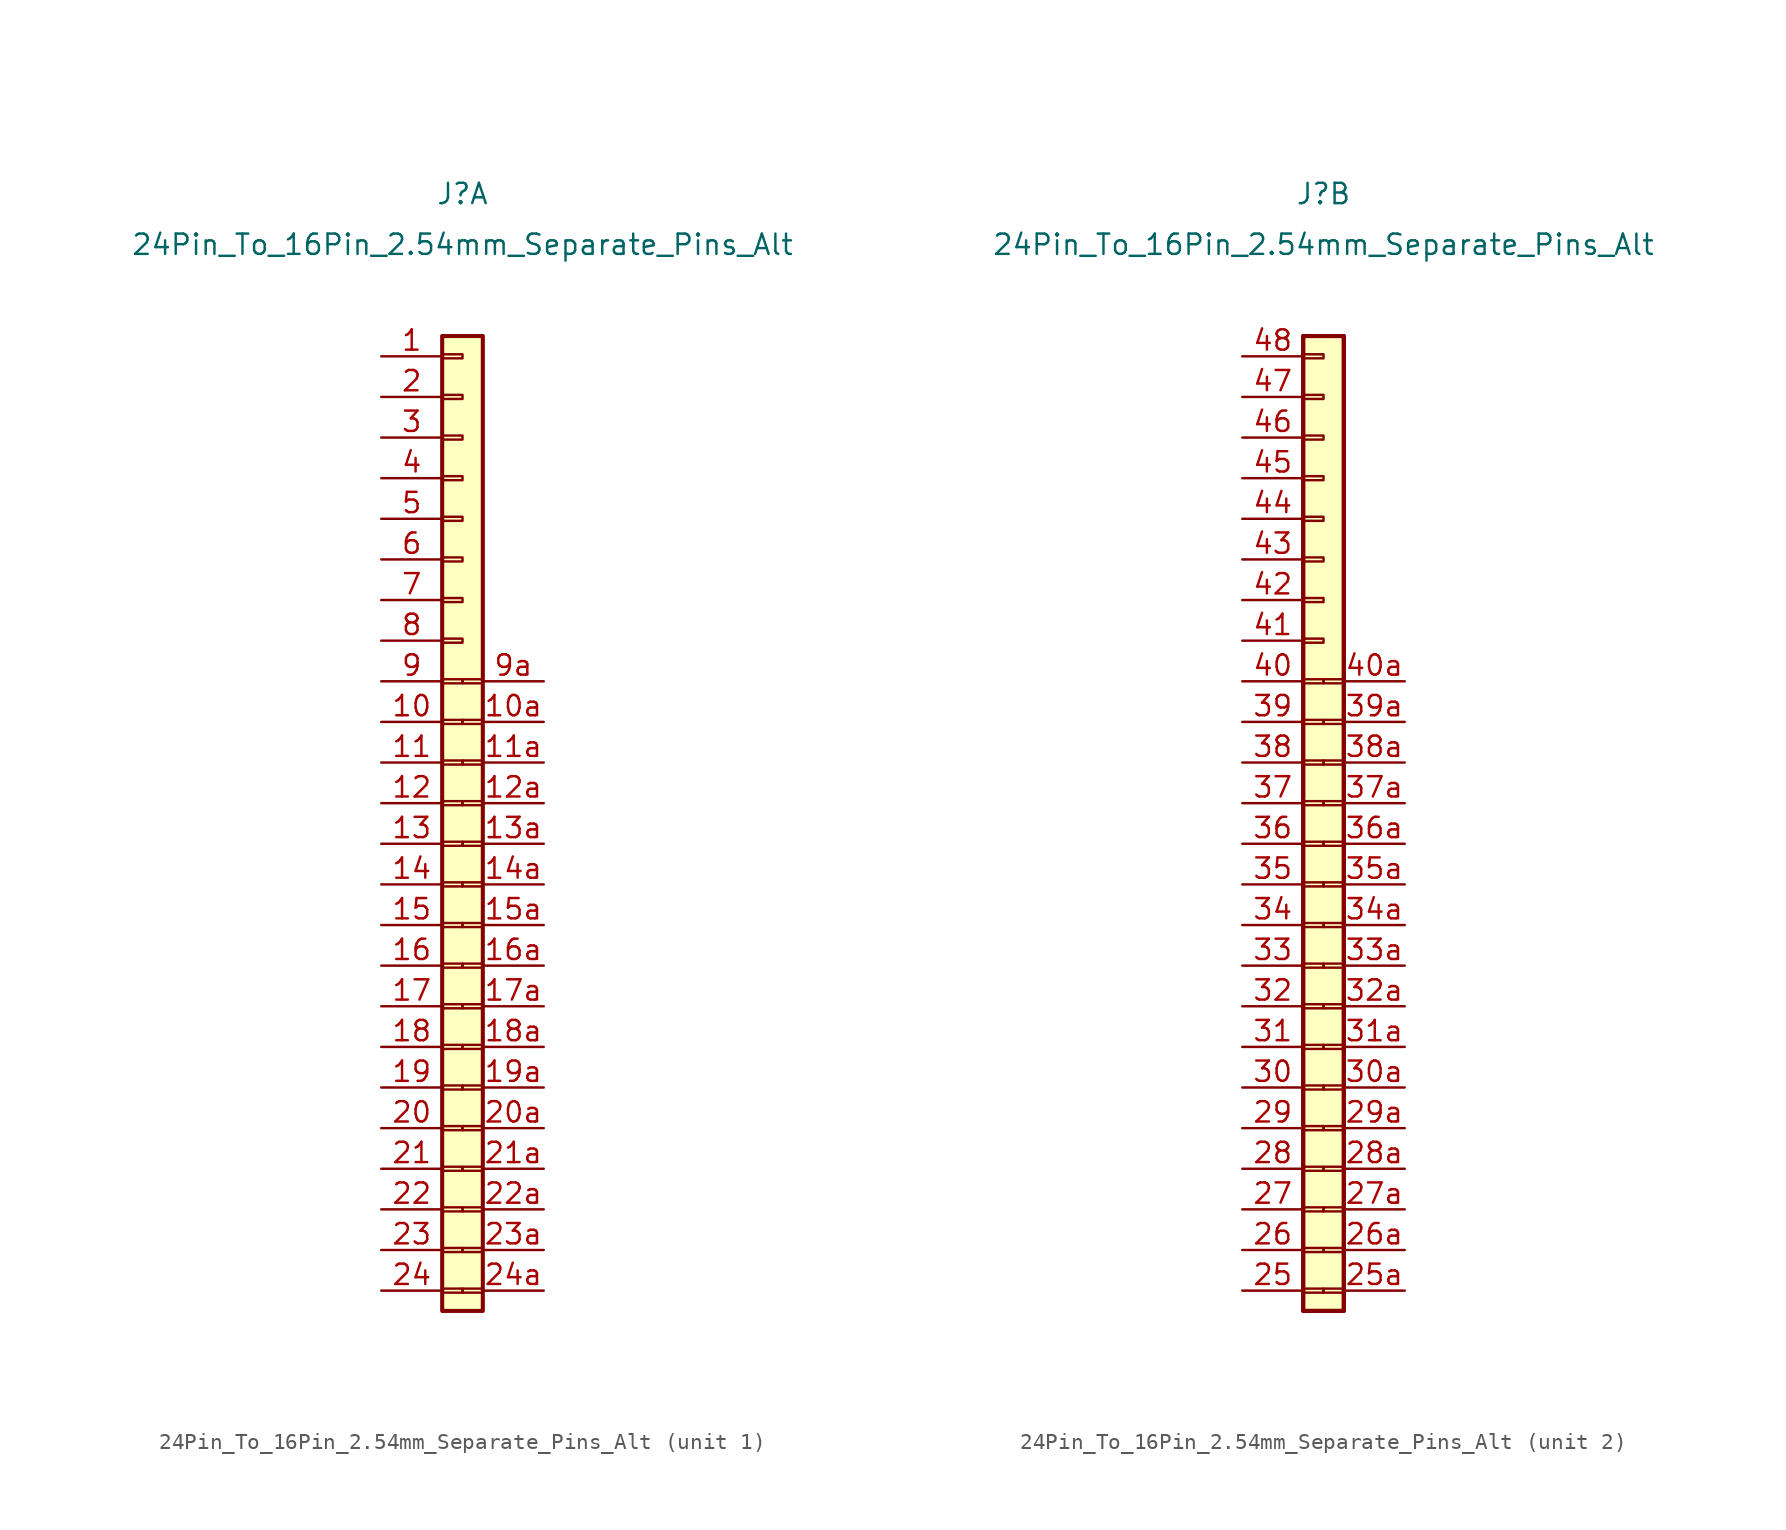
<source format=kicad_sym>
(kicad_symbol_lib
  (version 20211014)
  (generator kicad_symbol_editor)
  (symbol "24Pin_To_16Pin_2.54mm_Separate_Pins_Alt"
    (property "Reference" "J"
      (at 0 8.89 0)
      (effects (font (size 1.27 1.27))))
    (property "Value" "24Pin_To_16Pin_2.54mm_Separate_Pins_Alt"
      (at 0 5.715 0)
      (effects (font (size 1.27 1.27))))
    (property "ki_locked" ""
      (at 0 0 0)
      (effects (font (size 1.27 1.27))))
    (symbol "24Pin_To_16Pin_2.54mm_Separate_Pins_Alt_1_1"
      (rectangle (start -1.27 -59.563) (end 0 -59.817) (stroke (width 0.152) (type default) (color 0 0 0 0)) (fill (type none)))
      (rectangle (start -1.27 -57.023) (end 0 -57.277) (stroke (width 0.152) (type default) (color 0 0 0 0)) (fill (type none)))
      (rectangle (start -1.27 -54.483) (end 0 -54.737) (stroke (width 0.152) (type default) (color 0 0 0 0)) (fill (type none)))
      (rectangle (start -1.27 -51.943) (end 0 -52.197) (stroke (width 0.152) (type default) (color 0 0 0 0)) (fill (type none)))
      (rectangle (start -1.27 -49.403) (end 0 -49.657) (stroke (width 0.152) (type default) (color 0 0 0 0)) (fill (type none)))
      (rectangle (start -1.27 -46.863) (end 0 -47.117) (stroke (width 0.152) (type default) (color 0 0 0 0)) (fill (type none)))
      (rectangle (start -1.27 -44.323) (end 0 -44.577) (stroke (width 0.152) (type default) (color 0 0 0 0)) (fill (type none)))
      (rectangle (start -1.27 -41.783) (end 0 -42.037) (stroke (width 0.152) (type default) (color 0 0 0 0)) (fill (type none)))
      (rectangle (start -1.27 -39.243) (end 0 -39.497) (stroke (width 0.152) (type default) (color 0 0 0 0)) (fill (type none)))
      (rectangle (start -1.27 -36.703) (end 0 -36.957) (stroke (width 0.152) (type default) (color 0 0 0 0)) (fill (type none)))
      (rectangle (start -1.27 -34.163) (end 0 -34.417) (stroke (width 0.152) (type default) (color 0 0 0 0)) (fill (type none)))
      (rectangle (start -1.27 -31.623) (end 0 -31.877) (stroke (width 0.152) (type default) (color 0 0 0 0)) (fill (type none)))
      (rectangle (start -1.27 -29.083) (end 0 -29.337) (stroke (width 0.152) (type default) (color 0 0 0 0)) (fill (type none)))
      (rectangle (start -1.27 -26.543) (end 0 -26.797) (stroke (width 0.152) (type default) (color 0 0 0 0)) (fill (type none)))
      (rectangle (start -1.27 -24.003) (end 0 -24.257) (stroke (width 0.152) (type default) (color 0 0 0 0)) (fill (type none)))
      (rectangle (start -1.27 -21.463) (end 0 -21.717) (stroke (width 0.152) (type default) (color 0 0 0 0)) (fill (type none)))
      (rectangle (start -1.27 -18.923) (end 0 -19.177) (stroke (width 0.152) (type default) (color 0 0 0 0)) (fill (type none)))
      (rectangle (start -1.27 -16.383) (end 0 -16.637) (stroke (width 0.152) (type default) (color 0 0 0 0)) (fill (type none)))
      (rectangle (start -1.27 -13.843) (end 0 -14.097) (stroke (width 0.152) (type default) (color 0 0 0 0)) (fill (type none)))
      (rectangle (start -1.27 -11.303) (end 0 -11.557) (stroke (width 0.152) (type default) (color 0 0 0 0)) (fill (type none)))
      (rectangle (start -1.27 -8.763) (end 0 -9.017) (stroke (width 0.152) (type default) (color 0 0 0 0)) (fill (type none)))
      (rectangle (start -1.27 -6.223) (end 0 -6.477) (stroke (width 0.152) (type default) (color 0 0 0 0)) (fill (type none)))
      (rectangle (start -1.27 -3.683) (end 0 -3.937) (stroke (width 0.152) (type default) (color 0 0 0 0)) (fill (type none)))
      (rectangle (start -1.27 -1.143) (end 0 -1.397) (stroke (width 0.152) (type default) (color 0 0 0 0)) (fill (type none)))
      (rectangle (start -1.27 0) (end 1.27 -60.96) (stroke (width 0.254) (type default) (color 0 0 0 0)) (fill (type background)))
      (rectangle (start 0 -59.817) (end 1.27 -59.563) (stroke (width 0.152) (type default) (color 0 0 0 0)) (fill (type none)))
      (rectangle (start 0 -57.277) (end 1.27 -57.023) (stroke (width 0.152) (type default) (color 0 0 0 0)) (fill (type none)))
      (rectangle (start 0 -54.737) (end 1.27 -54.483) (stroke (width 0.152) (type default) (color 0 0 0 0)) (fill (type none)))
      (rectangle (start 0 -52.197) (end 1.27 -51.943) (stroke (width 0.152) (type default) (color 0 0 0 0)) (fill (type none)))
      (rectangle (start 0 -49.657) (end 1.27 -49.403) (stroke (width 0.152) (type default) (color 0 0 0 0)) (fill (type none)))
      (rectangle (start 0 -47.117) (end 1.27 -46.863) (stroke (width 0.152) (type default) (color 0 0 0 0)) (fill (type none)))
      (rectangle (start 0 -44.577) (end 1.27 -44.323) (stroke (width 0.152) (type default) (color 0 0 0 0)) (fill (type none)))
      (rectangle (start 0 -42.037) (end 1.27 -41.783) (stroke (width 0.152) (type default) (color 0 0 0 0)) (fill (type none)))
      (rectangle (start 0 -39.497) (end 1.27 -39.243) (stroke (width 0.152) (type default) (color 0 0 0 0)) (fill (type none)))
      (rectangle (start 0 -36.957) (end 1.27 -36.703) (stroke (width 0.152) (type default) (color 0 0 0 0)) (fill (type none)))
      (rectangle (start 0 -34.417) (end 1.27 -34.163) (stroke (width 0.152) (type default) (color 0 0 0 0)) (fill (type none)))
      (rectangle (start 0 -31.877) (end 1.27 -31.623) (stroke (width 0.152) (type default) (color 0 0 0 0)) (fill (type none)))
      (rectangle (start 0 -29.337) (end 1.27 -29.083) (stroke (width 0.152) (type default) (color 0 0 0 0)) (fill (type none)))
      (rectangle (start 0 -26.797) (end 1.27 -26.543) (stroke (width 0.152) (type default) (color 0 0 0 0)) (fill (type none)))
      (rectangle (start 0 -24.257) (end 1.27 -24.003) (stroke (width 0.152) (type default) (color 0 0 0 0)) (fill (type none)))
      (rectangle (start 0 -21.717) (end 1.27 -21.463) (stroke (width 0.152) (type default) (color 0 0 0 0)) (fill (type none)))
      (pin passive line (at -5.08 -1.27 0) (length 3.81) (name "" (effects (font (size 1.27 1.27)))) (number "1" (effects (font (size 1.27 1.27)))))
      (pin passive line (at -5.08 -24.13 0) (length 3.81) (name "" (effects (font (size 1.27 1.27)))) (number "10" (effects (font (size 1.27 1.27)))))
      (pin passive line (at 5.08 -24.13 180) (length 3.81) (name "" (effects (font (size 1.27 1.27)))) (number "10a" (effects (font (size 1.27 1.27)))))
      (pin passive line (at -5.08 -26.67 0) (length 3.81) (name "" (effects (font (size 1.27 1.27)))) (number "11" (effects (font (size 1.27 1.27)))))
      (pin passive line (at 5.08 -26.67 180) (length 3.81) (name "" (effects (font (size 1.27 1.27)))) (number "11a" (effects (font (size 1.27 1.27)))))
      (pin passive line (at -5.08 -29.21 0) (length 3.81) (name "" (effects (font (size 1.27 1.27)))) (number "12" (effects (font (size 1.27 1.27)))))
      (pin passive line (at 5.08 -29.21 180) (length 3.81) (name "" (effects (font (size 1.27 1.27)))) (number "12a" (effects (font (size 1.27 1.27)))))
      (pin passive line (at -5.08 -31.75 0) (length 3.81) (name "" (effects (font (size 1.27 1.27)))) (number "13" (effects (font (size 1.27 1.27)))))
      (pin passive line (at 5.08 -31.75 180) (length 3.81) (name "" (effects (font (size 1.27 1.27)))) (number "13a" (effects (font (size 1.27 1.27)))))
      (pin passive line (at -5.08 -34.29 0) (length 3.81) (name "" (effects (font (size 1.27 1.27)))) (number "14" (effects (font (size 1.27 1.27)))))
      (pin passive line (at 5.08 -34.29 180) (length 3.81) (name "" (effects (font (size 1.27 1.27)))) (number "14a" (effects (font (size 1.27 1.27)))))
      (pin passive line (at -5.08 -36.83 0) (length 3.81) (name "" (effects (font (size 1.27 1.27)))) (number "15" (effects (font (size 1.27 1.27)))))
      (pin passive line (at 5.08 -36.83 180) (length 3.81) (name "" (effects (font (size 1.27 1.27)))) (number "15a" (effects (font (size 1.27 1.27)))))
      (pin passive line (at -5.08 -39.37 0) (length 3.81) (name "" (effects (font (size 1.27 1.27)))) (number "16" (effects (font (size 1.27 1.27)))))
      (pin passive line (at 5.08 -39.37 180) (length 3.81) (name "" (effects (font (size 1.27 1.27)))) (number "16a" (effects (font (size 1.27 1.27)))))
      (pin passive line (at -5.08 -41.91 0) (length 3.81) (name "" (effects (font (size 1.27 1.27)))) (number "17" (effects (font (size 1.27 1.27)))))
      (pin passive line (at 5.08 -41.91 180) (length 3.81) (name "" (effects (font (size 1.27 1.27)))) (number "17a" (effects (font (size 1.27 1.27)))))
      (pin passive line (at -5.08 -44.45 0) (length 3.81) (name "" (effects (font (size 1.27 1.27)))) (number "18" (effects (font (size 1.27 1.27)))))
      (pin passive line (at 5.08 -44.45 180) (length 3.81) (name "" (effects (font (size 1.27 1.27)))) (number "18a" (effects (font (size 1.27 1.27)))))
      (pin passive line (at -5.08 -46.99 0) (length 3.81) (name "" (effects (font (size 1.27 1.27)))) (number "19" (effects (font (size 1.27 1.27)))))
      (pin passive line (at 5.08 -46.99 180) (length 3.81) (name "" (effects (font (size 1.27 1.27)))) (number "19a" (effects (font (size 1.27 1.27)))))
      (pin passive line (at -5.08 -3.81 0) (length 3.81) (name "" (effects (font (size 1.27 1.27)))) (number "2" (effects (font (size 1.27 1.27)))))
      (pin passive line (at -5.08 -49.53 0) (length 3.81) (name "" (effects (font (size 1.27 1.27)))) (number "20" (effects (font (size 1.27 1.27)))))
      (pin passive line (at 5.08 -49.53 180) (length 3.81) (name "" (effects (font (size 1.27 1.27)))) (number "20a" (effects (font (size 1.27 1.27)))))
      (pin passive line (at -5.08 -52.07 0) (length 3.81) (name "" (effects (font (size 1.27 1.27)))) (number "21" (effects (font (size 1.27 1.27)))))
      (pin passive line (at 5.08 -52.07 180) (length 3.81) (name "" (effects (font (size 1.27 1.27)))) (number "21a" (effects (font (size 1.27 1.27)))))
      (pin passive line (at -5.08 -54.61 0) (length 3.81) (name "" (effects (font (size 1.27 1.27)))) (number "22" (effects (font (size 1.27 1.27)))))
      (pin passive line (at 5.08 -54.61 180) (length 3.81) (name "" (effects (font (size 1.27 1.27)))) (number "22a" (effects (font (size 1.27 1.27)))))
      (pin passive line (at -5.08 -57.15 0) (length 3.81) (name "" (effects (font (size 1.27 1.27)))) (number "23" (effects (font (size 1.27 1.27)))))
      (pin passive line (at 5.08 -57.15 180) (length 3.81) (name "" (effects (font (size 1.27 1.27)))) (number "23a" (effects (font (size 1.27 1.27)))))
      (pin passive line (at -5.08 -59.69 0) (length 3.81) (name "" (effects (font (size 1.27 1.27)))) (number "24" (effects (font (size 1.27 1.27)))))
      (pin passive line (at 5.08 -59.69 180) (length 3.81) (name "" (effects (font (size 1.27 1.27)))) (number "24a" (effects (font (size 1.27 1.27)))))
      (pin passive line (at -5.08 -6.35 0) (length 3.81) (name "" (effects (font (size 1.27 1.27)))) (number "3" (effects (font (size 1.27 1.27)))))
      (pin passive line (at -5.08 -8.89 0) (length 3.81) (name "" (effects (font (size 1.27 1.27)))) (number "4" (effects (font (size 1.27 1.27)))))
      (pin passive line (at -5.08 -11.43 0) (length 3.81) (name "" (effects (font (size 1.27 1.27)))) (number "5" (effects (font (size 1.27 1.27)))))
      (pin passive line (at -5.08 -13.97 0) (length 3.81) (name "" (effects (font (size 1.27 1.27)))) (number "6" (effects (font (size 1.27 1.27)))))
      (pin passive line (at -5.08 -16.51 0) (length 3.81) (name "" (effects (font (size 1.27 1.27)))) (number "7" (effects (font (size 1.27 1.27)))))
      (pin passive line (at -5.08 -19.05 0) (length 3.81) (name "" (effects (font (size 1.27 1.27)))) (number "8" (effects (font (size 1.27 1.27)))))
      (pin passive line (at -5.08 -21.59 0) (length 3.81) (name "" (effects (font (size 1.27 1.27)))) (number "9" (effects (font (size 1.27 1.27)))))
      (pin passive line (at 5.08 -21.59 180) (length 3.81) (name "" (effects (font (size 1.27 1.27)))) (number "9a" (effects (font (size 1.27 1.27))))))
    (symbol "24Pin_To_16Pin_2.54mm_Separate_Pins_Alt_2_1"
      (rectangle (start -1.27 -60.96) (end 1.27 0) (stroke (width 0.254) (type default) (color 0 0 0 0)) (fill (type background)))
      (rectangle (start -1.27 -59.563) (end 0 -59.817) (stroke (width 0.152) (type default) (color 0 0 0 0)) (fill (type none)))
      (rectangle (start -1.27 -57.023) (end 0 -57.277) (stroke (width 0.152) (type default) (color 0 0 0 0)) (fill (type none)))
      (rectangle (start -1.27 -54.483) (end 0 -54.737) (stroke (width 0.152) (type default) (color 0 0 0 0)) (fill (type none)))
      (rectangle (start -1.27 -51.943) (end 0 -52.197) (stroke (width 0.152) (type default) (color 0 0 0 0)) (fill (type none)))
      (rectangle (start -1.27 -49.403) (end 0 -49.657) (stroke (width 0.152) (type default) (color 0 0 0 0)) (fill (type none)))
      (rectangle (start -1.27 -46.863) (end 0 -47.117) (stroke (width 0.152) (type default) (color 0 0 0 0)) (fill (type none)))
      (rectangle (start -1.27 -44.323) (end 0 -44.577) (stroke (width 0.152) (type default) (color 0 0 0 0)) (fill (type none)))
      (rectangle (start -1.27 -41.783) (end 0 -42.037) (stroke (width 0.152) (type default) (color 0 0 0 0)) (fill (type none)))
      (rectangle (start -1.27 -39.243) (end 0 -39.497) (stroke (width 0.152) (type default) (color 0 0 0 0)) (fill (type none)))
      (rectangle (start -1.27 -36.703) (end 0 -36.957) (stroke (width 0.152) (type default) (color 0 0 0 0)) (fill (type none)))
      (rectangle (start -1.27 -34.163) (end 0 -34.417) (stroke (width 0.152) (type default) (color 0 0 0 0)) (fill (type none)))
      (rectangle (start -1.27 -31.623) (end 0 -31.877) (stroke (width 0.152) (type default) (color 0 0 0 0)) (fill (type none)))
      (rectangle (start -1.27 -29.083) (end 0 -29.337) (stroke (width 0.152) (type default) (color 0 0 0 0)) (fill (type none)))
      (rectangle (start -1.27 -26.543) (end 0 -26.797) (stroke (width 0.152) (type default) (color 0 0 0 0)) (fill (type none)))
      (rectangle (start -1.27 -24.003) (end 0 -24.257) (stroke (width 0.152) (type default) (color 0 0 0 0)) (fill (type none)))
      (rectangle (start -1.27 -21.463) (end 0 -21.717) (stroke (width 0.152) (type default) (color 0 0 0 0)) (fill (type none)))
      (rectangle (start -1.27 -18.923) (end 0 -19.177) (stroke (width 0.152) (type default) (color 0 0 0 0)) (fill (type none)))
      (rectangle (start -1.27 -16.383) (end 0 -16.637) (stroke (width 0.152) (type default) (color 0 0 0 0)) (fill (type none)))
      (rectangle (start -1.27 -13.843) (end 0 -14.097) (stroke (width 0.152) (type default) (color 0 0 0 0)) (fill (type none)))
      (rectangle (start -1.27 -11.303) (end 0 -11.557) (stroke (width 0.152) (type default) (color 0 0 0 0)) (fill (type none)))
      (rectangle (start -1.27 -8.763) (end 0 -9.017) (stroke (width 0.152) (type default) (color 0 0 0 0)) (fill (type none)))
      (rectangle (start -1.27 -6.223) (end 0 -6.477) (stroke (width 0.152) (type default) (color 0 0 0 0)) (fill (type none)))
      (rectangle (start -1.27 -3.683) (end 0 -3.937) (stroke (width 0.152) (type default) (color 0 0 0 0)) (fill (type none)))
      (rectangle (start -1.27 -1.143) (end 0 -1.397) (stroke (width 0.152) (type default) (color 0 0 0 0)) (fill (type none)))
      (rectangle (start -1.27 0) (end 1.27 -60.96) (stroke (width 0.254) (type default) (color 0 0 0 0)) (fill (type background)))
      (rectangle (start 0 -59.817) (end 1.27 -59.563) (stroke (width 0.152) (type default) (color 0 0 0 0)) (fill (type none)))
      (rectangle (start 0 -57.277) (end 1.27 -57.023) (stroke (width 0.152) (type default) (color 0 0 0 0)) (fill (type none)))
      (rectangle (start 0 -54.737) (end 1.27 -54.483) (stroke (width 0.152) (type default) (color 0 0 0 0)) (fill (type none)))
      (rectangle (start 0 -52.197) (end 1.27 -51.943) (stroke (width 0.152) (type default) (color 0 0 0 0)) (fill (type none)))
      (rectangle (start 0 -49.657) (end 1.27 -49.403) (stroke (width 0.152) (type default) (color 0 0 0 0)) (fill (type none)))
      (rectangle (start 0 -47.117) (end 1.27 -46.863) (stroke (width 0.152) (type default) (color 0 0 0 0)) (fill (type none)))
      (rectangle (start 0 -44.577) (end 1.27 -44.323) (stroke (width 0.152) (type default) (color 0 0 0 0)) (fill (type none)))
      (rectangle (start 0 -42.037) (end 1.27 -41.783) (stroke (width 0.152) (type default) (color 0 0 0 0)) (fill (type none)))
      (rectangle (start 0 -39.497) (end 1.27 -39.243) (stroke (width 0.152) (type default) (color 0 0 0 0)) (fill (type none)))
      (rectangle (start 0 -36.957) (end 1.27 -36.703) (stroke (width 0.152) (type default) (color 0 0 0 0)) (fill (type none)))
      (rectangle (start 0 -34.417) (end 1.27 -34.163) (stroke (width 0.152) (type default) (color 0 0 0 0)) (fill (type none)))
      (rectangle (start 0 -31.877) (end 1.27 -31.623) (stroke (width 0.152) (type default) (color 0 0 0 0)) (fill (type none)))
      (rectangle (start 0 -29.337) (end 1.27 -29.083) (stroke (width 0.152) (type default) (color 0 0 0 0)) (fill (type none)))
      (rectangle (start 0 -26.797) (end 1.27 -26.543) (stroke (width 0.152) (type default) (color 0 0 0 0)) (fill (type none)))
      (rectangle (start 0 -24.257) (end 1.27 -24.003) (stroke (width 0.152) (type default) (color 0 0 0 0)) (fill (type none)))
      (rectangle (start 0 -21.717) (end 1.27 -21.463) (stroke (width 0.152) (type default) (color 0 0 0 0)) (fill (type none)))
      (pin passive line (at -5.08 -59.69 0) (length 3.81) (name "" (effects (font (size 1.27 1.27)))) (number "25" (effects (font (size 1.27 1.27)))))
      (pin passive line (at 5.08 -59.69 180) (length 3.81) (name "" (effects (font (size 1.27 1.27)))) (number "25a" (effects (font (size 1.27 1.27)))))
      (pin passive line (at -5.08 -57.15 0) (length 3.81) (name "" (effects (font (size 1.27 1.27)))) (number "26" (effects (font (size 1.27 1.27)))))
      (pin passive line (at 5.08 -57.15 180) (length 3.81) (name "" (effects (font (size 1.27 1.27)))) (number "26a" (effects (font (size 1.27 1.27)))))
      (pin passive line (at -5.08 -54.61 0) (length 3.81) (name "" (effects (font (size 1.27 1.27)))) (number "27" (effects (font (size 1.27 1.27)))))
      (pin passive line (at 5.08 -54.61 180) (length 3.81) (name "" (effects (font (size 1.27 1.27)))) (number "27a" (effects (font (size 1.27 1.27)))))
      (pin passive line (at -5.08 -52.07 0) (length 3.81) (name "" (effects (font (size 1.27 1.27)))) (number "28" (effects (font (size 1.27 1.27)))))
      (pin passive line (at 5.08 -52.07 180) (length 3.81) (name "" (effects (font (size 1.27 1.27)))) (number "28a" (effects (font (size 1.27 1.27)))))
      (pin passive line (at -5.08 -49.53 0) (length 3.81) (name "" (effects (font (size 1.27 1.27)))) (number "29" (effects (font (size 1.27 1.27)))))
      (pin passive line (at 5.08 -49.53 180) (length 3.81) (name "" (effects (font (size 1.27 1.27)))) (number "29a" (effects (font (size 1.27 1.27)))))
      (pin passive line (at -5.08 -46.99 0) (length 3.81) (name "" (effects (font (size 1.27 1.27)))) (number "30" (effects (font (size 1.27 1.27)))))
      (pin passive line (at 5.08 -46.99 180) (length 3.81) (name "" (effects (font (size 1.27 1.27)))) (number "30a" (effects (font (size 1.27 1.27)))))
      (pin passive line (at -5.08 -44.45 0) (length 3.81) (name "" (effects (font (size 1.27 1.27)))) (number "31" (effects (font (size 1.27 1.27)))))
      (pin passive line (at 5.08 -44.45 180) (length 3.81) (name "" (effects (font (size 1.27 1.27)))) (number "31a" (effects (font (size 1.27 1.27)))))
      (pin passive line (at -5.08 -41.91 0) (length 3.81) (name "" (effects (font (size 1.27 1.27)))) (number "32" (effects (font (size 1.27 1.27)))))
      (pin passive line (at 5.08 -41.91 180) (length 3.81) (name "" (effects (font (size 1.27 1.27)))) (number "32a" (effects (font (size 1.27 1.27)))))
      (pin passive line (at -5.08 -39.37 0) (length 3.81) (name "" (effects (font (size 1.27 1.27)))) (number "33" (effects (font (size 1.27 1.27)))))
      (pin passive line (at 5.08 -39.37 180) (length 3.81) (name "" (effects (font (size 1.27 1.27)))) (number "33a" (effects (font (size 1.27 1.27)))))
      (pin passive line (at -5.08 -36.83 0) (length 3.81) (name "" (effects (font (size 1.27 1.27)))) (number "34" (effects (font (size 1.27 1.27)))))
      (pin passive line (at 5.08 -36.83 180) (length 3.81) (name "" (effects (font (size 1.27 1.27)))) (number "34a" (effects (font (size 1.27 1.27)))))
      (pin passive line (at -5.08 -34.29 0) (length 3.81) (name "" (effects (font (size 1.27 1.27)))) (number "35" (effects (font (size 1.27 1.27)))))
      (pin passive line (at 5.08 -34.29 180) (length 3.81) (name "" (effects (font (size 1.27 1.27)))) (number "35a" (effects (font (size 1.27 1.27)))))
      (pin passive line (at -5.08 -31.75 0) (length 3.81) (name "" (effects (font (size 1.27 1.27)))) (number "36" (effects (font (size 1.27 1.27)))))
      (pin passive line (at 5.08 -31.75 180) (length 3.81) (name "" (effects (font (size 1.27 1.27)))) (number "36a" (effects (font (size 1.27 1.27)))))
      (pin passive line (at -5.08 -29.21 0) (length 3.81) (name "" (effects (font (size 1.27 1.27)))) (number "37" (effects (font (size 1.27 1.27)))))
      (pin passive line (at 5.08 -29.21 180) (length 3.81) (name "" (effects (font (size 1.27 1.27)))) (number "37a" (effects (font (size 1.27 1.27)))))
      (pin passive line (at -5.08 -26.67 0) (length 3.81) (name "" (effects (font (size 1.27 1.27)))) (number "38" (effects (font (size 1.27 1.27)))))
      (pin passive line (at 5.08 -26.67 180) (length 3.81) (name "" (effects (font (size 1.27 1.27)))) (number "38a" (effects (font (size 1.27 1.27)))))
      (pin passive line (at -5.08 -24.13 0) (length 3.81) (name "" (effects (font (size 1.27 1.27)))) (number "39" (effects (font (size 1.27 1.27)))))
      (pin passive line (at 5.08 -24.13 180) (length 3.81) (name "" (effects (font (size 1.27 1.27)))) (number "39a" (effects (font (size 1.27 1.27)))))
      (pin passive line (at -5.08 -21.59 0) (length 3.81) (name "" (effects (font (size 1.27 1.27)))) (number "40" (effects (font (size 1.27 1.27)))))
      (pin passive line (at 5.08 -21.59 180) (length 3.81) (name "" (effects (font (size 1.27 1.27)))) (number "40a" (effects (font (size 1.27 1.27)))))
      (pin passive line (at -5.08 -19.05 0) (length 3.81) (name "" (effects (font (size 1.27 1.27)))) (number "41" (effects (font (size 1.27 1.27)))))
      (pin passive line (at -5.08 -16.51 0) (length 3.81) (name "" (effects (font (size 1.27 1.27)))) (number "42" (effects (font (size 1.27 1.27)))))
      (pin passive line (at -5.08 -13.97 0) (length 3.81) (name "" (effects (font (size 1.27 1.27)))) (number "43" (effects (font (size 1.27 1.27)))))
      (pin passive line (at -5.08 -11.43 0) (length 3.81) (name "" (effects (font (size 1.27 1.27)))) (number "44" (effects (font (size 1.27 1.27)))))
      (pin passive line (at -5.08 -8.89 0) (length 3.81) (name "" (effects (font (size 1.27 1.27)))) (number "45" (effects (font (size 1.27 1.27)))))
      (pin passive line (at -5.08 -6.35 0) (length 3.81) (name "" (effects (font (size 1.27 1.27)))) (number "46" (effects (font (size 1.27 1.27)))))
      (pin passive line (at -5.08 -3.81 0) (length 3.81) (name "" (effects (font (size 1.27 1.27)))) (number "47" (effects (font (size 1.27 1.27)))))
      (pin passive line (at -5.08 -1.27 0) (length 3.81) (name "" (effects (font (size 1.27 1.27)))) (number "48" (effects (font (size 1.27 1.27))))))))
</source>
